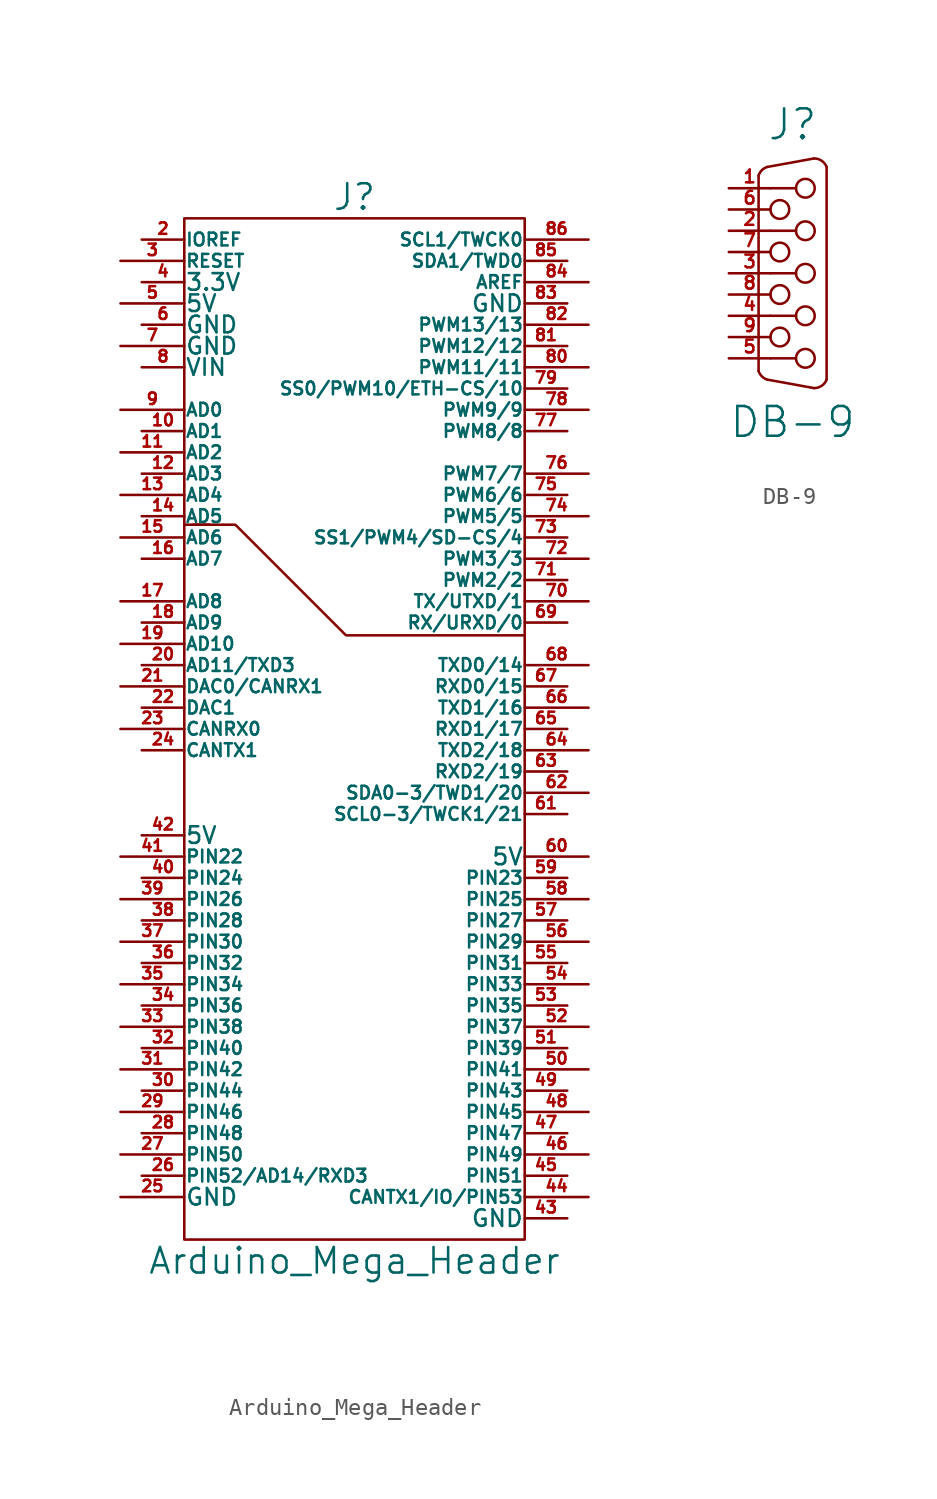
<source format=kicad_sym>
(kicad_symbol_lib
  (version 20220914)
  (generator kicad_symbol_editor)
  (symbol "Arduino_Mega_Header"
    (pin_names
      (offset 0.025))
    (property "Reference" "J"
      (at 0 31.75 0)
      (effects (font (size 1.524 1.524))))
    (property "Value" "Arduino_Mega_Header"
      (at 0 -31.75 0)
      (effects (font (size 1.524 1.524))))
    (property "Footprint" ""
      (at 0 0 0)
      (effects (font (size 1.524 1.524))))
    (property "Datasheet" ""
      (at 0 0 0)
      (effects (font (size 1.524 1.524))))
    (symbol "Arduino_Mega_Header_0_1"
      (polyline (pts (xy -8.636 12.192) (xy -9.652 12.192)) (stroke (width 0) (type solid)) (fill (type none)))
      (polyline (pts (xy 10.16 5.588) (xy -0.508 5.588) (xy -7.112 12.192) (xy -10.16 12.192)) (stroke (width 0) (type solid)) (fill (type none)))
      (rectangle (start 10.16 -30.48) (end -10.16 30.48) (stroke (width 0) (type solid)) (fill (type none))))
    (symbol "Arduino_Mega_Header_1_1"
      (pin passive line (at -12.7 17.78 0) (length 2.54) (name "AD1" (effects (font (size 0.762 0.762)))) (number "10" (effects (font (size 0.686 0.686)))))
      (pin passive line (at -13.97 16.51 0) (length 3.81) (name "AD2" (effects (font (size 0.762 0.762)))) (number "11" (effects (font (size 0.686 0.686)))))
      (pin passive line (at -12.7 15.24 0) (length 2.54) (name "AD3" (effects (font (size 0.762 0.762)))) (number "12" (effects (font (size 0.686 0.686)))))
      (pin passive line (at -13.97 13.97 0) (length 3.81) (name "AD4" (effects (font (size 0.762 0.762)))) (number "13" (effects (font (size 0.686 0.686)))))
      (pin passive line (at -12.7 12.7 0) (length 2.54) (name "AD5" (effects (font (size 0.762 0.762)))) (number "14" (effects (font (size 0.686 0.686)))))
      (pin passive line (at -13.97 11.43 0) (length 3.81) (name "AD6" (effects (font (size 0.762 0.762)))) (number "15" (effects (font (size 0.686 0.686)))))
      (pin passive line (at -12.7 10.16 0) (length 2.54) (name "AD7" (effects (font (size 0.762 0.762)))) (number "16" (effects (font (size 0.686 0.686)))))
      (pin passive line (at -13.97 7.62 0) (length 3.81) (name "AD8" (effects (font (size 0.762 0.762)))) (number "17" (effects (font (size 0.686 0.686)))))
      (pin passive line (at -12.7 6.35 0) (length 2.54) (name "AD9" (effects (font (size 0.762 0.762)))) (number "18" (effects (font (size 0.686 0.686)))))
      (pin passive line (at -13.97 5.08 0) (length 3.81) (name "AD10" (effects (font (size 0.762 0.762)))) (number "19" (effects (font (size 0.686 0.686)))))
      (pin passive line (at -12.7 29.21 0) (length 2.54) (name "IOREF" (effects (font (size 0.762 0.762)))) (number "2" (effects (font (size 0.686 0.686)))))
      (pin passive line (at -12.7 3.81 0) (length 2.54) (name "AD11/TXD3" (effects (font (size 0.762 0.762)))) (number "20" (effects (font (size 0.686 0.686)))))
      (pin passive line (at -13.97 2.54 0) (length 3.81) (name "DAC0/CANRX1" (effects (font (size 0.762 0.762)))) (number "21" (effects (font (size 0.686 0.686)))))
      (pin passive line (at -12.7 1.27 0) (length 2.54) (name "DAC1" (effects (font (size 0.762 0.762)))) (number "22" (effects (font (size 0.686 0.686)))))
      (pin passive line (at -13.97 0 0) (length 3.81) (name "CANRX0" (effects (font (size 0.762 0.762)))) (number "23" (effects (font (size 0.686 0.686)))))
      (pin passive line (at -12.7 -1.27 0) (length 2.54) (name "CANTX1" (effects (font (size 0.762 0.762)))) (number "24" (effects (font (size 0.686 0.686)))))
      (pin passive line (at -13.97 -27.94 0) (length 3.81) (name "GND" (effects (font (size 0.991 0.991)))) (number "25" (effects (font (size 0.686 0.686)))))
      (pin passive line (at -12.7 -26.67 0) (length 2.54) (name "PIN52/AD14/RXD3" (effects (font (size 0.762 0.762)))) (number "26" (effects (font (size 0.686 0.686)))))
      (pin passive line (at -13.97 -25.4 0) (length 3.81) (name "PIN50" (effects (font (size 0.762 0.762)))) (number "27" (effects (font (size 0.686 0.686)))))
      (pin passive line (at -12.7 -24.13 0) (length 2.54) (name "PIN48" (effects (font (size 0.762 0.762)))) (number "28" (effects (font (size 0.686 0.686)))))
      (pin passive line (at -13.97 -22.86 0) (length 3.81) (name "PIN46" (effects (font (size 0.762 0.762)))) (number "29" (effects (font (size 0.686 0.686)))))
      (pin passive line (at -13.97 27.94 0) (length 3.81) (name "RESET" (effects (font (size 0.762 0.762)))) (number "3" (effects (font (size 0.686 0.686)))))
      (pin passive line (at -12.7 -21.59 0) (length 2.54) (name "PIN44" (effects (font (size 0.762 0.762)))) (number "30" (effects (font (size 0.686 0.686)))))
      (pin passive line (at -13.97 -20.32 0) (length 3.81) (name "PIN42" (effects (font (size 0.762 0.762)))) (number "31" (effects (font (size 0.686 0.686)))))
      (pin passive line (at -12.7 -19.05 0) (length 2.54) (name "PIN40" (effects (font (size 0.762 0.762)))) (number "32" (effects (font (size 0.686 0.686)))))
      (pin passive line (at -13.97 -17.78 0) (length 3.81) (name "PIN38" (effects (font (size 0.762 0.762)))) (number "33" (effects (font (size 0.686 0.686)))))
      (pin passive line (at -12.7 -16.51 0) (length 2.54) (name "PIN36" (effects (font (size 0.762 0.762)))) (number "34" (effects (font (size 0.686 0.686)))))
      (pin passive line (at -13.97 -15.24 0) (length 3.81) (name "PIN34" (effects (font (size 0.762 0.762)))) (number "35" (effects (font (size 0.686 0.686)))))
      (pin passive line (at -12.7 -13.97 0) (length 2.54) (name "PIN32" (effects (font (size 0.762 0.762)))) (number "36" (effects (font (size 0.686 0.686)))))
      (pin passive line (at -13.97 -12.7 0) (length 3.81) (name "PIN30" (effects (font (size 0.762 0.762)))) (number "37" (effects (font (size 0.686 0.686)))))
      (pin passive line (at -12.7 -11.43 0) (length 2.54) (name "PIN28" (effects (font (size 0.762 0.762)))) (number "38" (effects (font (size 0.686 0.686)))))
      (pin passive line (at -13.97 -10.16 0) (length 3.81) (name "PIN26" (effects (font (size 0.762 0.762)))) (number "39" (effects (font (size 0.686 0.686)))))
      (pin passive line (at -12.7 26.67 0) (length 2.54) (name "3.3V" (effects (font (size 0.991 0.991)))) (number "4" (effects (font (size 0.686 0.686)))))
      (pin passive line (at -12.7 -8.89 0) (length 2.54) (name "PIN24" (effects (font (size 0.762 0.762)))) (number "40" (effects (font (size 0.686 0.686)))))
      (pin passive line (at -13.97 -7.62 0) (length 3.81) (name "PIN22" (effects (font (size 0.762 0.762)))) (number "41" (effects (font (size 0.686 0.686)))))
      (pin passive line (at -12.7 -6.35 0) (length 2.54) (name "5V" (effects (font (size 0.991 0.991)))) (number "42" (effects (font (size 0.686 0.686)))))
      (pin passive line (at 12.7 -29.21 180) (length 2.54) (name "GND" (effects (font (size 0.991 0.991)))) (number "43" (effects (font (size 0.686 0.686)))))
      (pin passive line (at 13.97 -27.94 180) (length 3.81) (name "CANTX1/IO/PIN53" (effects (font (size 0.762 0.762)))) (number "44" (effects (font (size 0.686 0.686)))))
      (pin passive line (at 12.7 -26.67 180) (length 2.54) (name "PIN51" (effects (font (size 0.762 0.762)))) (number "45" (effects (font (size 0.686 0.686)))))
      (pin passive line (at 13.97 -25.4 180) (length 3.81) (name "PIN49" (effects (font (size 0.762 0.762)))) (number "46" (effects (font (size 0.686 0.686)))))
      (pin passive line (at 12.7 -24.13 180) (length 2.54) (name "PIN47" (effects (font (size 0.762 0.762)))) (number "47" (effects (font (size 0.686 0.686)))))
      (pin passive line (at 13.97 -22.86 180) (length 3.81) (name "PIN45" (effects (font (size 0.762 0.762)))) (number "48" (effects (font (size 0.686 0.686)))))
      (pin passive line (at 12.7 -21.59 180) (length 2.54) (name "PIN43" (effects (font (size 0.762 0.762)))) (number "49" (effects (font (size 0.686 0.686)))))
      (pin passive line (at -13.97 25.4 0) (length 3.81) (name "5V" (effects (font (size 0.991 0.991)))) (number "5" (effects (font (size 0.686 0.686)))))
      (pin passive line (at 13.97 -20.32 180) (length 3.81) (name "PIN41" (effects (font (size 0.762 0.762)))) (number "50" (effects (font (size 0.686 0.686)))))
      (pin passive line (at 12.7 -19.05 180) (length 2.54) (name "PIN39" (effects (font (size 0.762 0.762)))) (number "51" (effects (font (size 0.686 0.686)))))
      (pin passive line (at 13.97 -17.78 180) (length 3.81) (name "PIN37" (effects (font (size 0.762 0.762)))) (number "52" (effects (font (size 0.686 0.686)))))
      (pin passive line (at 12.7 -16.51 180) (length 2.54) (name "PIN35" (effects (font (size 0.762 0.762)))) (number "53" (effects (font (size 0.686 0.686)))))
      (pin passive line (at 13.97 -15.24 180) (length 3.81) (name "PIN33" (effects (font (size 0.762 0.762)))) (number "54" (effects (font (size 0.686 0.686)))))
      (pin passive line (at 12.7 -13.97 180) (length 2.54) (name "PIN31" (effects (font (size 0.762 0.762)))) (number "55" (effects (font (size 0.686 0.686)))))
      (pin passive line (at 13.97 -12.7 180) (length 3.81) (name "PIN29" (effects (font (size 0.762 0.762)))) (number "56" (effects (font (size 0.686 0.686)))))
      (pin passive line (at 12.7 -11.43 180) (length 2.54) (name "PIN27" (effects (font (size 0.762 0.762)))) (number "57" (effects (font (size 0.686 0.686)))))
      (pin passive line (at 13.97 -10.16 180) (length 3.81) (name "PIN25" (effects (font (size 0.762 0.762)))) (number "58" (effects (font (size 0.686 0.686)))))
      (pin passive line (at 12.7 -8.89 180) (length 2.54) (name "PIN23" (effects (font (size 0.762 0.762)))) (number "59" (effects (font (size 0.686 0.686)))))
      (pin passive line (at -12.7 24.13 0) (length 2.54) (name "GND" (effects (font (size 0.991 0.991)))) (number "6" (effects (font (size 0.686 0.686)))))
      (pin passive line (at 13.97 -7.62 180) (length 3.81) (name "5V" (effects (font (size 0.991 0.991)))) (number "60" (effects (font (size 0.686 0.686)))))
      (pin passive line (at 12.7 -5.08 180) (length 2.54) (name "SCL0-3/TWCK1/21" (effects (font (size 0.762 0.762)))) (number "61" (effects (font (size 0.686 0.686)))))
      (pin passive line (at 13.97 -3.81 180) (length 3.81) (name "SDA0-3/TWD1/20" (effects (font (size 0.762 0.762)))) (number "62" (effects (font (size 0.686 0.686)))))
      (pin passive line (at 12.7 -2.54 180) (length 2.54) (name "RXD2/19" (effects (font (size 0.762 0.762)))) (number "63" (effects (font (size 0.686 0.686)))))
      (pin passive line (at 13.97 -1.27 180) (length 3.81) (name "TXD2/18" (effects (font (size 0.762 0.762)))) (number "64" (effects (font (size 0.686 0.686)))))
      (pin passive line (at 12.7 0 180) (length 2.54) (name "RXD1/17" (effects (font (size 0.762 0.762)))) (number "65" (effects (font (size 0.686 0.686)))))
      (pin passive line (at 13.97 1.27 180) (length 3.81) (name "TXD1/16" (effects (font (size 0.762 0.762)))) (number "66" (effects (font (size 0.686 0.686)))))
      (pin passive line (at 12.7 2.54 180) (length 2.54) (name "RXD0/15" (effects (font (size 0.762 0.762)))) (number "67" (effects (font (size 0.686 0.686)))))
      (pin passive line (at 13.97 3.81 180) (length 3.81) (name "TXD0/14" (effects (font (size 0.762 0.762)))) (number "68" (effects (font (size 0.686 0.686)))))
      (pin passive line (at 12.7 6.35 180) (length 2.54) (name "RX/URXD/0" (effects (font (size 0.762 0.762)))) (number "69" (effects (font (size 0.686 0.686)))))
      (pin passive line (at -13.97 22.86 0) (length 3.81) (name "GND" (effects (font (size 0.991 0.991)))) (number "7" (effects (font (size 0.686 0.686)))))
      (pin passive line (at 13.97 7.62 180) (length 3.81) (name "TX/UTXD/1" (effects (font (size 0.762 0.762)))) (number "70" (effects (font (size 0.686 0.686)))))
      (pin passive line (at 12.7 8.89 180) (length 2.54) (name "PWM2/2" (effects (font (size 0.762 0.762)))) (number "71" (effects (font (size 0.686 0.686)))))
      (pin passive line (at 13.97 10.16 180) (length 3.81) (name "PWM3/3" (effects (font (size 0.762 0.762)))) (number "72" (effects (font (size 0.686 0.686)))))
      (pin passive line (at 12.7 11.43 180) (length 2.54) (name "SS1/PWM4/SD-CS/4" (effects (font (size 0.762 0.762)))) (number "73" (effects (font (size 0.686 0.686)))))
      (pin passive line (at 13.97 12.7 180) (length 3.81) (name "PWM5/5" (effects (font (size 0.762 0.762)))) (number "74" (effects (font (size 0.686 0.686)))))
      (pin passive line (at 12.7 13.97 180) (length 2.54) (name "PWM6/6" (effects (font (size 0.762 0.762)))) (number "75" (effects (font (size 0.686 0.686)))))
      (pin passive line (at 13.97 15.24 180) (length 3.81) (name "PWM7/7" (effects (font (size 0.762 0.762)))) (number "76" (effects (font (size 0.686 0.686)))))
      (pin passive line (at 12.7 17.78 180) (length 2.54) (name "PWM8/8" (effects (font (size 0.762 0.762)))) (number "77" (effects (font (size 0.686 0.686)))))
      (pin passive line (at 13.97 19.05 180) (length 3.81) (name "PWM9/9" (effects (font (size 0.762 0.762)))) (number "78" (effects (font (size 0.686 0.686)))))
      (pin passive line (at 12.7 20.32 180) (length 2.54) (name "SS0/PWM10/ETH-CS/10" (effects (font (size 0.762 0.762)))) (number "79" (effects (font (size 0.686 0.686)))))
      (pin passive line (at -12.7 21.59 0) (length 2.54) (name "VIN" (effects (font (size 0.991 0.991)))) (number "8" (effects (font (size 0.686 0.686)))))
      (pin passive line (at 13.97 21.59 180) (length 3.81) (name "PWM11/11" (effects (font (size 0.762 0.762)))) (number "80" (effects (font (size 0.686 0.686)))))
      (pin passive line (at 12.7 22.86 180) (length 2.54) (name "PWM12/12" (effects (font (size 0.762 0.762)))) (number "81" (effects (font (size 0.686 0.686)))))
      (pin passive line (at 13.97 24.13 180) (length 3.81) (name "PWM13/13" (effects (font (size 0.762 0.762)))) (number "82" (effects (font (size 0.686 0.686)))))
      (pin passive line (at 12.7 25.4 180) (length 2.54) (name "GND" (effects (font (size 0.991 0.991)))) (number "83" (effects (font (size 0.686 0.686)))))
      (pin passive line (at 13.97 26.67 180) (length 3.81) (name "AREF" (effects (font (size 0.762 0.762)))) (number "84" (effects (font (size 0.686 0.686)))))
      (pin passive line (at 12.7 27.94 180) (length 2.54) (name "SDA1/TWD0" (effects (font (size 0.762 0.762)))) (number "85" (effects (font (size 0.686 0.686)))))
      (pin passive line (at 13.97 29.21 180) (length 3.81) (name "SCL1/TWCK0" (effects (font (size 0.762 0.762)))) (number "86" (effects (font (size 0.686 0.686)))))
      (pin passive line (at -13.97 19.05 0) (length 3.81) (name "AD0" (effects (font (size 0.762 0.762)))) (number "9" (effects (font (size 0.686 0.686)))))))
  (symbol "DB-9"
    (pin_names
      (offset 1.016) hide)
    (property "Reference" "J"
      (at 0 10.16 0)
      (effects (font (size 1.778 1.778))))
    (property "Value" "DB-9"
      (at 0 -7.62 0)
      (effects (font (size 1.778 1.778))))
    (property "Footprint" ""
      (at 0 0 0)
      (effects (font (size 1.524 1.524))))
    (property "Datasheet" ""
      (at 0 0 0)
      (effects (font (size 1.524 1.524))))
    (symbol "DB-9_0_1"
      (arc (start -2.032 -4.572) (mid -1.838 -4.886) (end -1.524 -5.08) (stroke (width 0) (type solid)) (fill (type none)))
      (arc (start -1.524 7.62) (mid -1.838 7.426) (end -2.032 7.112) (stroke (width 0) (type solid)) (fill (type none)))
      (circle (center -0.762 -2.54) (radius 0.559) (stroke (width 0) (type solid)) (fill (type none)))
      (circle (center -0.762 0) (radius 0.559) (stroke (width 0) (type solid)) (fill (type none)))
      (circle (center -0.762 2.54) (radius 0.559) (stroke (width 0) (type solid)) (fill (type none)))
      (circle (center -0.762 5.08) (radius 0.559) (stroke (width 0) (type solid)) (fill (type none)))
      (polyline (pts (xy -1.321 -3.81) (xy 0.203 -3.81)) (stroke (width 0) (type solid)) (fill (type none)))
      (polyline (pts (xy -1.321 -1.27) (xy 0.203 -1.27)) (stroke (width 0) (type solid)) (fill (type none)))
      (polyline (pts (xy -1.321 1.27) (xy 0.203 1.27)) (stroke (width 0) (type solid)) (fill (type none)))
      (polyline (pts (xy -1.321 3.81) (xy 0.203 3.81)) (stroke (width 0) (type solid)) (fill (type none)))
      (polyline (pts (xy -1.321 6.35) (xy 0.203 6.35)) (stroke (width 0) (type solid)) (fill (type none)))
      (polyline (pts (xy -2.032 -4.572) (xy -2.032 7.112) (xy -2.032 7.112)) (stroke (width 0) (type solid)) (fill (type none)))
      (polyline (pts (xy -1.524 -5.08) (xy 1.27 -5.588) (xy 1.27 -5.588)) (stroke (width 0) (type solid)) (fill (type none)))
      (polyline (pts (xy -1.524 7.62) (xy 1.27 8.128) (xy 1.27 8.128)) (stroke (width 0) (type solid)) (fill (type none)))
      (polyline (pts (xy 2.032 7.62) (xy 2.032 -5.08) (xy 2.032 -5.08)) (stroke (width 0) (type solid)) (fill (type none)))
      (circle (center 0.762 -3.81) (radius 0.559) (stroke (width 0) (type solid)) (fill (type none)))
      (circle (center 0.762 -1.27) (radius 0.559) (stroke (width 0) (type solid)) (fill (type none)))
      (circle (center 0.762 1.27) (radius 0.559) (stroke (width 0) (type solid)) (fill (type none)))
      (circle (center 0.762 3.81) (radius 0.559) (stroke (width 0) (type solid)) (fill (type none)))
      (circle (center 0.762 6.35) (radius 0.559) (stroke (width 0) (type solid)) (fill (type none)))
      (arc (start 1.27 -5.588) (mid 1.7324 -5.4561) (end 2.032 -5.08) (stroke (width 0) (type solid)) (fill (type none)))
      (arc (start 2.032 7.62) (mid 1.7324 7.9961) (end 1.27 8.128) (stroke (width 0) (type solid)) (fill (type none))))
    (symbol "DB-9_1_1"
      (pin passive line (at -3.81 6.35 0) (length 2.489) (name "~" (effects (font (size 0.762 0.762)))) (number "1" (effects (font (size 0.762 0.762)))))
      (pin passive line (at -3.81 3.81 0) (length 2.489) (name "~" (effects (font (size 0.762 0.762)))) (number "2" (effects (font (size 0.762 0.762)))))
      (pin passive line (at -3.81 1.27 0) (length 2.489) (name "~" (effects (font (size 0.762 0.762)))) (number "3" (effects (font (size 0.762 0.762)))))
      (pin passive line (at -3.81 -1.27 0) (length 2.489) (name "~" (effects (font (size 0.762 0.762)))) (number "4" (effects (font (size 0.762 0.762)))))
      (pin passive line (at -3.81 -3.81 0) (length 2.489) (name "~" (effects (font (size 0.762 0.762)))) (number "5" (effects (font (size 0.762 0.762)))))
      (pin passive line (at -3.81 5.08 0) (length 2.489) (name "~" (effects (font (size 0.762 0.762)))) (number "6" (effects (font (size 0.762 0.762)))))
      (pin passive line (at -3.81 2.54 0) (length 2.489) (name "~" (effects (font (size 0.762 0.762)))) (number "7" (effects (font (size 0.762 0.762)))))
      (pin passive line (at -3.81 0 0) (length 2.489) (name "~" (effects (font (size 0.762 0.762)))) (number "8" (effects (font (size 0.762 0.762)))))
      (pin passive line (at -3.81 -2.54 0) (length 2.489) (name "~" (effects (font (size 0.762 0.762)))) (number "9" (effects (font (size 0.762 0.762))))))))
</source>
